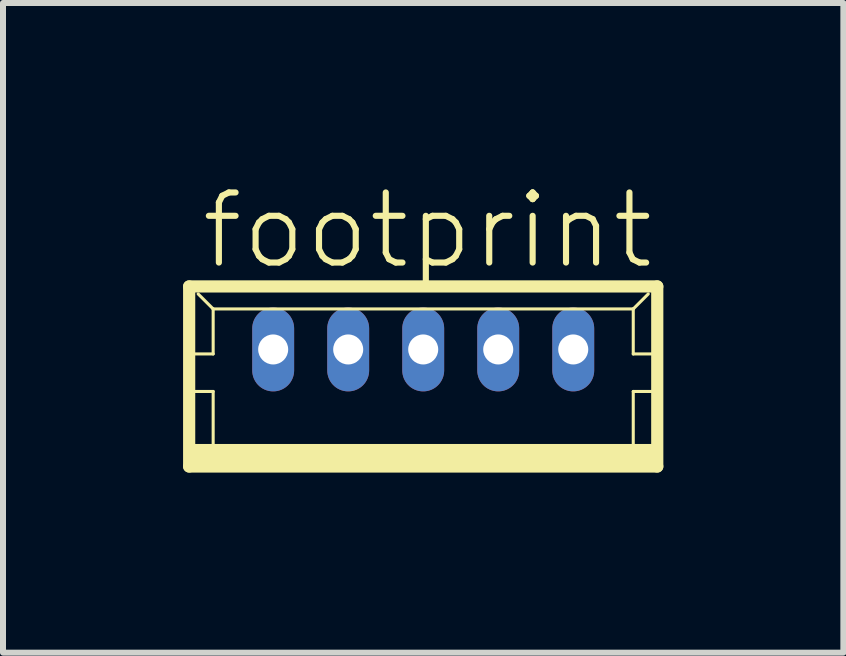
<source format=kicad_pcb>
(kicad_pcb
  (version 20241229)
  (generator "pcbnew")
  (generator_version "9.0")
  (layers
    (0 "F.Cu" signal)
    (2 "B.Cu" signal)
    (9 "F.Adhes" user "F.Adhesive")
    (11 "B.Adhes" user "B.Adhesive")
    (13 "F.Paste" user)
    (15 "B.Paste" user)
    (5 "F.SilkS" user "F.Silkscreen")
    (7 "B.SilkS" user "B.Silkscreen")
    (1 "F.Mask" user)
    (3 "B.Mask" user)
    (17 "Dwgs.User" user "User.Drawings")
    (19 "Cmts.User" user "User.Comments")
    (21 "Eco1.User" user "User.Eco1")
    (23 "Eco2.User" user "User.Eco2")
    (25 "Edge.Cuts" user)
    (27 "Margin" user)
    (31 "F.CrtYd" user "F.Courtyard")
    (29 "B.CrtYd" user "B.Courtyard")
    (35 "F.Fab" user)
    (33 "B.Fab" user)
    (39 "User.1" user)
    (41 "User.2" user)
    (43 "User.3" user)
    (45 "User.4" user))
  (footprint "footprint"
    (layer "F.Cu")
    (at 4.002 3.223)
    (property "Reference" "footprint" (at -3.75 -1.75 0) (layer "F.SilkS") (effects (font (size 1.168 1.168) (thickness 0.102)) (justify left bottom)))
    (fp_line (start -3.9 -1.5) (end -3.9 1.5) (stroke (width 0.203) (type solid)) (layer "F.SilkS"))
    (fp_line (start -3.9 1.5) (end 3.9 1.5) (stroke (width 0.203) (type solid)) (layer "F.SilkS"))
    (fp_line (start -3.875 -0.375) (end -3.5 -0.375) (stroke (width 0.051) (type solid)) (layer "F.SilkS"))
    (fp_line (start -3.875 0.25) (end -3.5 0.25) (stroke (width 0.051) (type solid)) (layer "F.SilkS"))
    (fp_line (start -3.5 -1.125) (end -3.75 -1.375) (stroke (width 0.051) (type solid)) (layer "F.SilkS"))
    (fp_line (start -3.5 -1.125) (end 3.5 -1.125) (stroke (width 0.051) (type solid)) (layer "F.SilkS"))
    (fp_line (start -3.5 -0.375) (end -3.5 -1.125) (stroke (width 0.051) (type solid)) (layer "F.SilkS"))
    (fp_line (start -3.5 0.25) (end -3.5 1.25) (stroke (width 0.051) (type solid)) (layer "F.SilkS"))
    (fp_line (start 3.5 -1.125) (end 3.5 -0.375) (stroke (width 0.051) (type solid)) (layer "F.SilkS"))
    (fp_line (start 3.5 -1.125) (end 3.75 -1.375) (stroke (width 0.051) (type solid)) (layer "F.SilkS"))
    (fp_line (start 3.5 -0.375) (end 3.875 -0.375) (stroke (width 0.051) (type solid)) (layer "F.SilkS"))
    (fp_line (start 3.5 0.25) (end 3.5 1.25) (stroke (width 0.051) (type solid)) (layer "F.SilkS"))
    (fp_line (start 3.5 0.25) (end 3.875 0.25) (stroke (width 0.051) (type solid)) (layer "F.SilkS"))
    (fp_line (start 3.9 -1.5) (end -3.9 -1.5) (stroke (width 0.203) (type solid)) (layer "F.SilkS"))
    (fp_line (start 3.9 1.5) (end 3.9 -1.5) (stroke (width 0.203) (type solid)) (layer "F.SilkS"))
    (fp_poly (pts (xy -3.875 1.5) (xy 3.875 1.5) (xy 3.875 1.125) (xy -3.875 1.125)) (stroke (width 0) (type solid)) (fill yes) (layer "F.SilkS"))
    (pad "1" thru_hole oval (at 2.5 -0.45 90) (size 1.397 0.698) (drill 0.5) (layers "*.Cu" "*.Mask"))
    (pad "2" thru_hole oval (at 1.25 -0.45 90) (size 1.397 0.698) (drill 0.5) (layers "*.Cu" "*.Mask"))
    (pad "3" thru_hole oval (at 0 -0.45 90) (size 1.397 0.698) (drill 0.5) (layers "*.Cu" "*.Mask"))
    (pad "4" thru_hole oval (at -1.25 -0.45 90) (size 1.397 0.698) (drill 0.5) (layers "*.Cu" "*.Mask"))
    (pad "5" thru_hole oval (at -2.5 -0.45 90) (size 1.397 0.698) (drill 0.5) (layers "*.Cu" "*.Mask")))
  (gr_rect
    (start -3 -3)
    (end 11.003 7.825)
    (stroke (width 0.1) (type default))
    (fill no)
    (layer "Edge.Cuts")))
</source>
